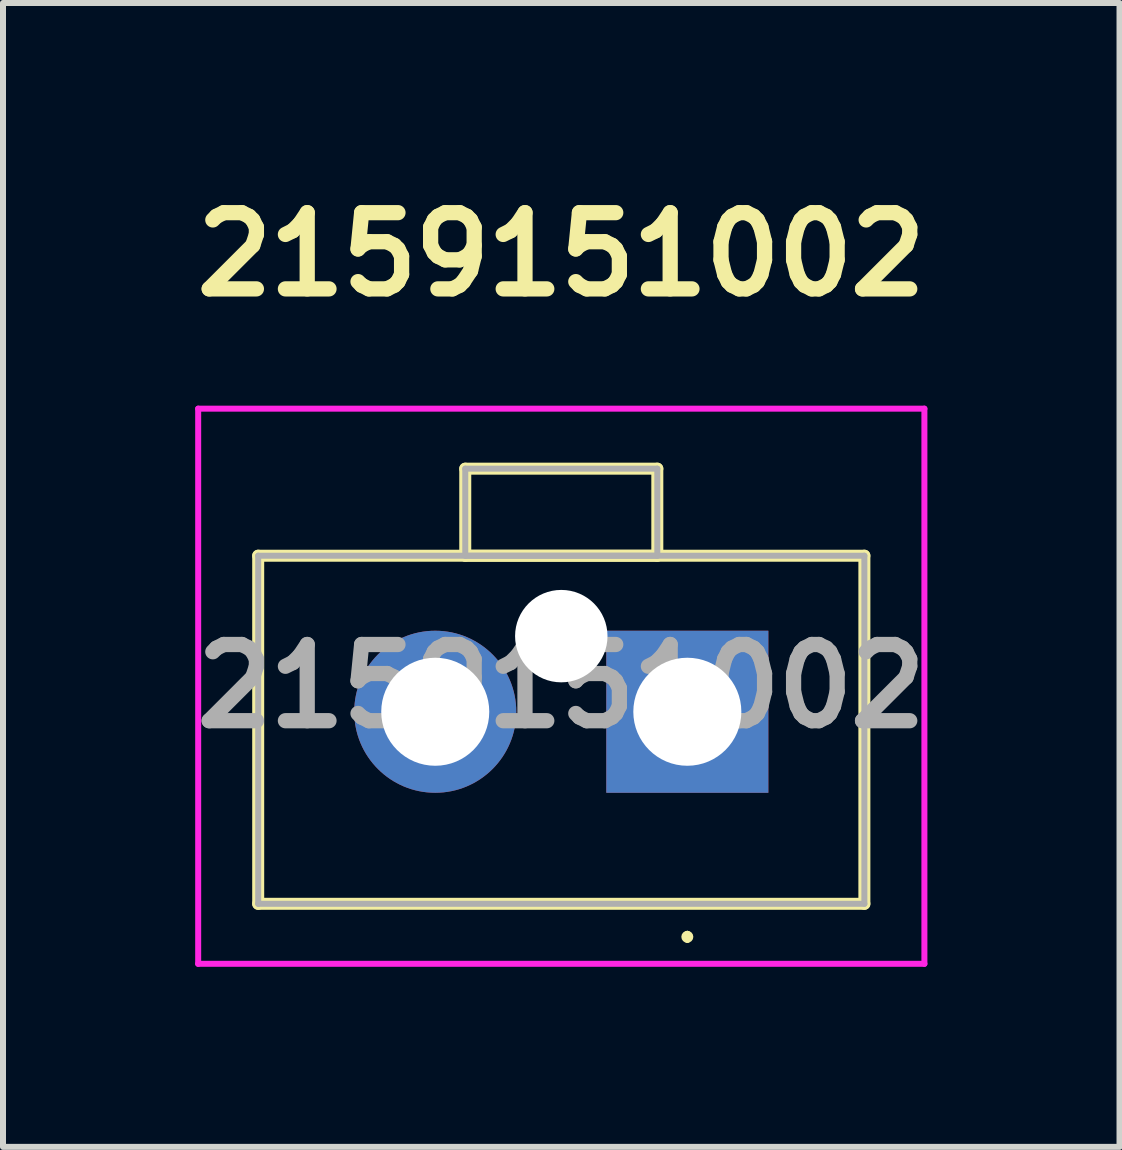
<source format=kicad_pcb>
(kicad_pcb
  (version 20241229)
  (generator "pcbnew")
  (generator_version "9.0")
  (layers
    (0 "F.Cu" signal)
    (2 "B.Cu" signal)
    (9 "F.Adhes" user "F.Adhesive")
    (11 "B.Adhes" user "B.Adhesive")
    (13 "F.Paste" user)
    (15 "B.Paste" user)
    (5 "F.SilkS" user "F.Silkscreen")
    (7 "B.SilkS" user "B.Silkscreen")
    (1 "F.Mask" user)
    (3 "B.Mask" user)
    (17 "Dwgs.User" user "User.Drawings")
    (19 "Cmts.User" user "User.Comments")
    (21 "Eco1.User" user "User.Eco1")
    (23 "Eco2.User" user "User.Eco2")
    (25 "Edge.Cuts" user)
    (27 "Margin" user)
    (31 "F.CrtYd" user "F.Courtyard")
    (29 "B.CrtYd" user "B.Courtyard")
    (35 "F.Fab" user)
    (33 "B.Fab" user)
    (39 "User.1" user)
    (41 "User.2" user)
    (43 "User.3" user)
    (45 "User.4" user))
  (footprint "2159151002"
    (layer "F.Cu")
    (at 8.402 8.809)
    (property "Reference" "2159151002" (at -2.1 -7.62 0) (layer "F.SilkS") (effects (font (size 1.27 1.27) (thickness 0.254))))
    (attr through_hole)
    (fp_line (start -7.15 -2.6) (end -7.15 3.2) (stroke (width 0.2) (type solid)) (layer "F.SilkS"))
    (fp_line (start -7.15 3.2) (end 2.95 3.2) (stroke (width 0.2) (type solid)) (layer "F.SilkS"))
    (fp_line (start -3.7 -4.05) (end -3.7 -2.6) (stroke (width 0.2) (type solid)) (layer "F.SilkS"))
    (fp_line (start -3.7 -2.6) (end -0.5 -2.6) (stroke (width 0.2) (type solid)) (layer "F.SilkS"))
    (fp_line (start -0.5 -4.05) (end -3.7 -4.05) (stroke (width 0.2) (type solid)) (layer "F.SilkS"))
    (fp_line (start -0.5 -2.6) (end -0.5 -4.05) (stroke (width 0.2) (type solid)) (layer "F.SilkS"))
    (fp_line (start 0 3.7) (end 0 3.7) (stroke (width 0.1) (type solid)) (layer "F.SilkS"))
    (fp_line (start 0 3.8) (end 0 3.8) (stroke (width 0.1) (type solid)) (layer "F.SilkS"))
    (fp_line (start 2.95 -2.6) (end -7.15 -2.6) (stroke (width 0.2) (type solid)) (layer "F.SilkS"))
    (fp_line (start 2.95 3.2) (end 2.95 -2.6) (stroke (width 0.2) (type solid)) (layer "F.SilkS"))
    (fp_arc (start 0 3.7) (mid 0.05 3.75) (end 0 3.8) (stroke (width 0.1) (type solid)) (layer "F.SilkS"))
    (fp_arc (start 0 3.8) (mid -0.05 3.75) (end 0 3.7) (stroke (width 0.1) (type solid)) (layer "F.SilkS"))
    (fp_line (start -8.15 -5.05) (end 3.95 -5.05) (stroke (width 0.1) (type solid)) (layer "F.CrtYd"))
    (fp_line (start -8.15 4.2) (end -8.15 -5.05) (stroke (width 0.1) (type solid)) (layer "F.CrtYd"))
    (fp_line (start 3.95 -5.05) (end 3.95 4.2) (stroke (width 0.1) (type solid)) (layer "F.CrtYd"))
    (fp_line (start 3.95 4.2) (end -8.15 4.2) (stroke (width 0.1) (type solid)) (layer "F.CrtYd"))
    (fp_line (start -7.15 -2.6) (end -7.15 3.2) (stroke (width 0.1) (type solid)) (layer "F.Fab"))
    (fp_line (start -7.15 3.2) (end 2.95 3.2) (stroke (width 0.1) (type solid)) (layer "F.Fab"))
    (fp_line (start -3.7 -4.05) (end -3.7 -2.6) (stroke (width 0.1) (type solid)) (layer "F.Fab"))
    (fp_line (start -3.7 -2.6) (end -0.5 -2.6) (stroke (width 0.1) (type solid)) (layer "F.Fab"))
    (fp_line (start -0.5 -4.05) (end -3.7 -4.05) (stroke (width 0.1) (type solid)) (layer "F.Fab"))
    (fp_line (start -0.5 -2.6) (end -0.5 -4.05) (stroke (width 0.1) (type solid)) (layer "F.Fab"))
    (fp_line (start 2.95 -2.6) (end -7.15 -2.6) (stroke (width 0.1) (type solid)) (layer "F.Fab"))
    (fp_line (start 2.95 3.2) (end 2.95 -2.6) (stroke (width 0.1) (type solid)) (layer "F.Fab"))
    (fp_text user "${REFERENCE}" (at -2.1 -0.425 0) (layer "F.Fab") (effects (font (size 1.27 1.27) (thickness 0.254))))
    (pad "" np_thru_hole circle (at -2.1 -1.26) (size 1.54 1.54) (drill 1.54) (layers "*.Cu" "*.Mask"))
    (pad "1" thru_hole rect (at 0 0) (size 2.7 2.7) (drill 1.8) (layers "*.Cu" "*.Mask"))
    (pad "2" thru_hole circle (at -4.2 0) (size 2.7 2.7) (drill 1.8) (layers "*.Cu" "*.Mask")))
  (gr_rect
    (start -3 -3)
    (end 15.603 16.059)
    (stroke (width 0.1) (type default))
    (fill no)
    (layer "Edge.Cuts")))
</source>
